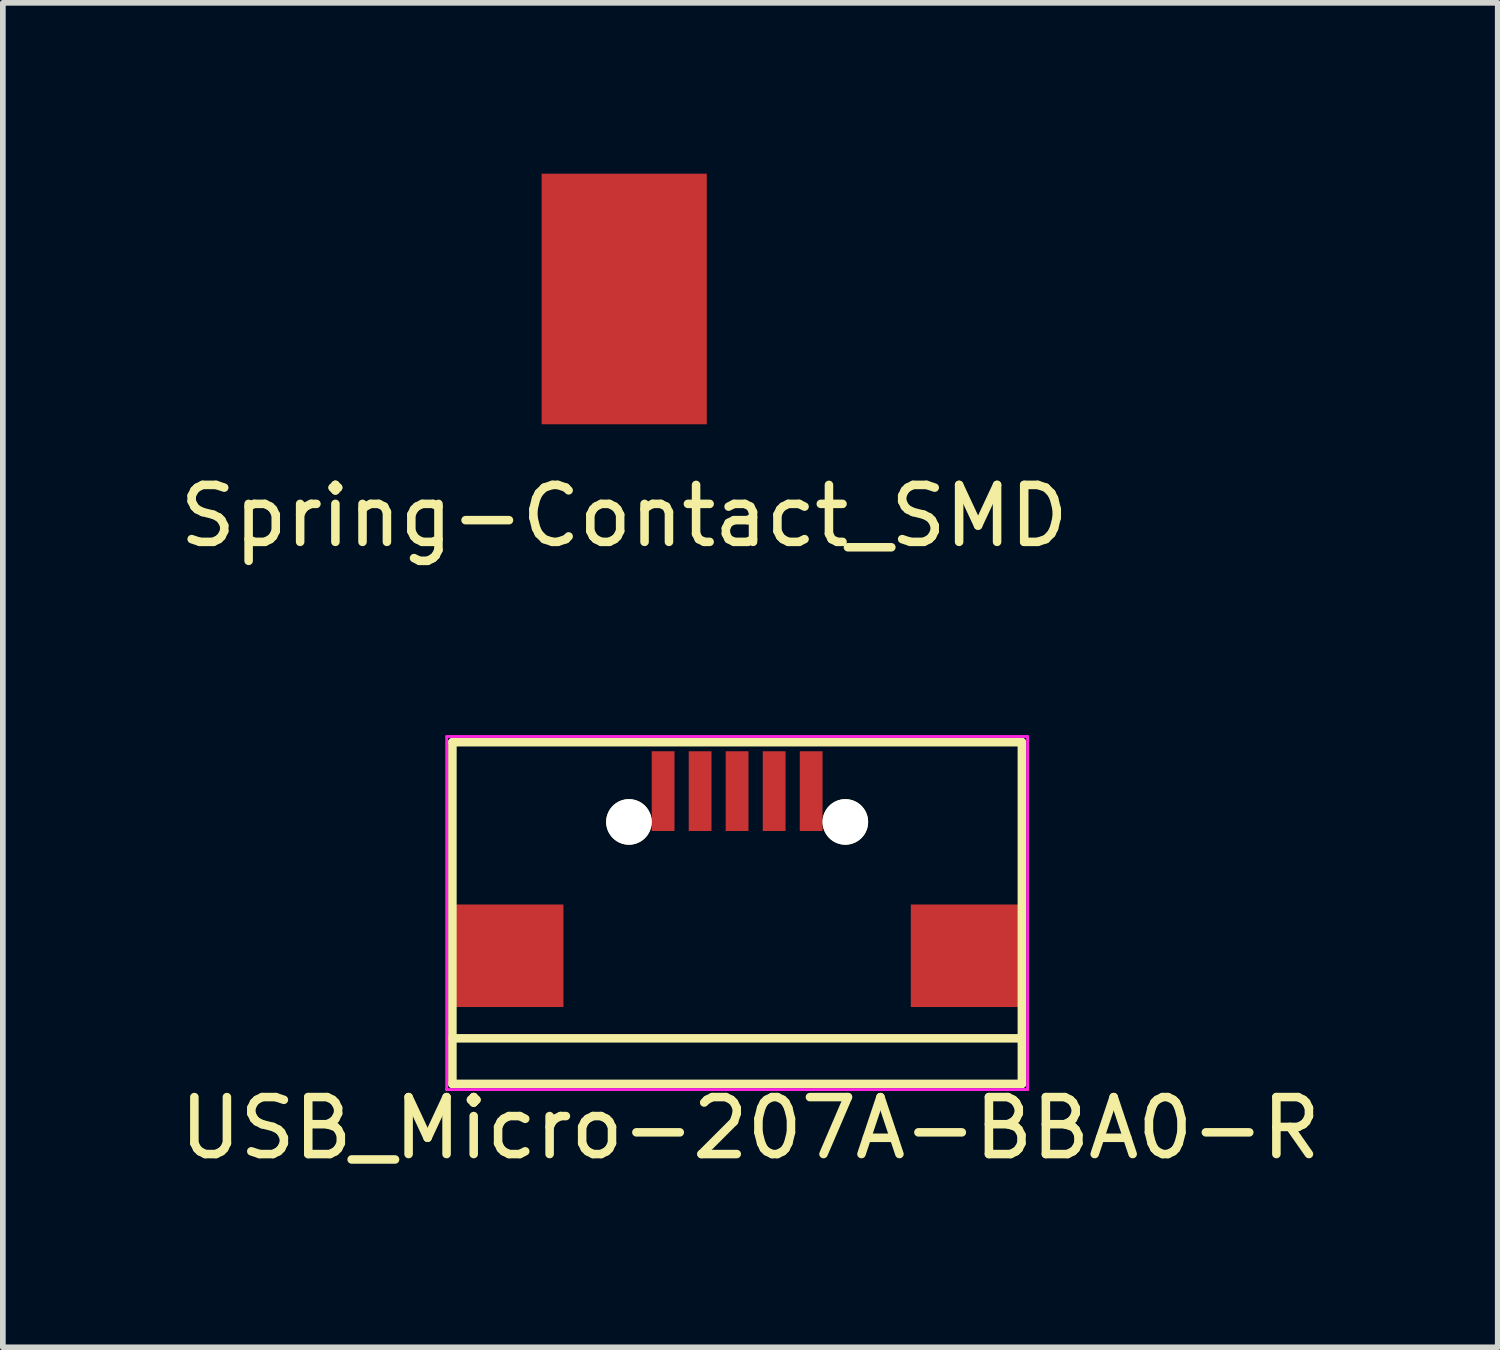
<source format=kicad_pcb>
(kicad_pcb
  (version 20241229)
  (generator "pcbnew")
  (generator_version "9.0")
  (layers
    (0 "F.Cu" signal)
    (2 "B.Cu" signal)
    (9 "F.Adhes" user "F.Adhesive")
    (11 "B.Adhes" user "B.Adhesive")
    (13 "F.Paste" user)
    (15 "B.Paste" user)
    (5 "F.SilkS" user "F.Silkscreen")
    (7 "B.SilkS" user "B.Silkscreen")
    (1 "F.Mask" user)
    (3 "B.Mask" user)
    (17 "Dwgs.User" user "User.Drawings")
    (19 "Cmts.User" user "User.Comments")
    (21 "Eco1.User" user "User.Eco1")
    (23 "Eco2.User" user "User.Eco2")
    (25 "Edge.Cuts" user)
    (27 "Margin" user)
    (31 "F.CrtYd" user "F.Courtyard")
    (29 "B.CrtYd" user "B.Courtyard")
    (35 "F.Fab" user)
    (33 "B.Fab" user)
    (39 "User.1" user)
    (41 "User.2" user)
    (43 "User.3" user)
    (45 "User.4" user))
  (footprint "USB_Micro-207A-BBA0-R"
    (layer "F.Cu")
    (at 9.894 15.183)
    (property "Reference" "USB_Micro-207A-BBA0-R" (at 0.231 1.577 0) (layer "F.SilkS") (effects (font (size 1 1) (thickness 0.15))))
    (attr smd)
    (fp_line (start -5 0.8) (end -5 -5.2) (stroke (width 0.15) (type solid)) (layer "F.SilkS"))
    (fp_line (start -5 0.8) (end 5 0.8) (stroke (width 0.15) (type solid)) (layer "F.SilkS"))
    (fp_line (start 5 -5.2) (end -5 -5.2) (stroke (width 0.15) (type solid)) (layer "F.SilkS"))
    (fp_line (start 5 -5.2) (end 5 0.8) (stroke (width 0.15) (type solid)) (layer "F.SilkS"))
    (fp_line (start 5 0) (end -5 0) (stroke (width 0.15) (type solid)) (layer "F.SilkS"))
    (fp_line (start -5.1 -5.3) (end 5.1 -5.3) (stroke (width 0.05) (type solid)) (layer "F.CrtYd"))
    (fp_line (start -5.1 0.9) (end -5.1 -5.3) (stroke (width 0.05) (type solid)) (layer "F.CrtYd"))
    (fp_line (start -5.1 0.9) (end 5.1 0.9) (stroke (width 0.05) (type solid)) (layer "F.CrtYd"))
    (fp_line (start 5.1 0.9) (end 5.1 -5.3) (stroke (width 0.05) (type solid)) (layer "F.CrtYd"))
    (pad "" np_thru_hole circle (at -1.9 -3.8 90) (size 0.8 0.8) (drill 0.8) (layers "*.Cu" "*.Mask" "F.SilkS"))
    (pad "" np_thru_hole circle (at 1.9 -3.8 90) (size 0.8 0.8) (drill 0.8) (layers "*.Cu" "*.Mask" "F.SilkS"))
    (pad "1" smd rect (at -1.3 -4.341 90) (size 1.4 0.4) (layers "F.Cu" "F.Mask" "F.Paste"))
    (pad "2" smd rect (at -0.65 -4.341 90) (size 1.4 0.4) (layers "F.Cu" "F.Mask" "F.Paste"))
    (pad "3" smd rect (at -0.001 -4.341 90) (size 1.4 0.4) (layers "F.Cu" "F.Mask" "F.Paste"))
    (pad "4" smd rect (at 0.65 -4.341 90) (size 1.4 0.4) (layers "F.Cu" "F.Mask" "F.Paste"))
    (pad "5" smd rect (at 1.3 -4.341 90) (size 1.4 0.4) (layers "F.Cu" "F.Mask" "F.Paste"))
    (pad "6" smd rect (at -4 -1.45 90) (size 1.8 1.9) (layers "F.Cu" "F.Mask" "F.Paste"))
    (pad "6" smd rect (at 4 -1.45 90) (size 1.8 1.9) (layers "F.Cu" "F.Mask" "F.Paste")))
  (footprint "Spring-Contact_SMD"
    (layer "F.Cu")
    (at 7.911 2.2)
    (property "Reference" "Spring-Contact_SMD" (at 0 3.81 0) (layer "F.SilkS") (effects (font (size 1 1) (thickness 0.15))))
    (attr through_hole)
    (pad "1" smd rect (at 0 0) (size 2.9 4.4) (layers "F.Cu" "F.Mask" "F.Paste")))
  (gr_rect
    (start -3 -3)
    (end 23.25 20.609)
    (stroke (width 0.1) (type default))
    (fill no)
    (layer "Edge.Cuts")))
</source>
